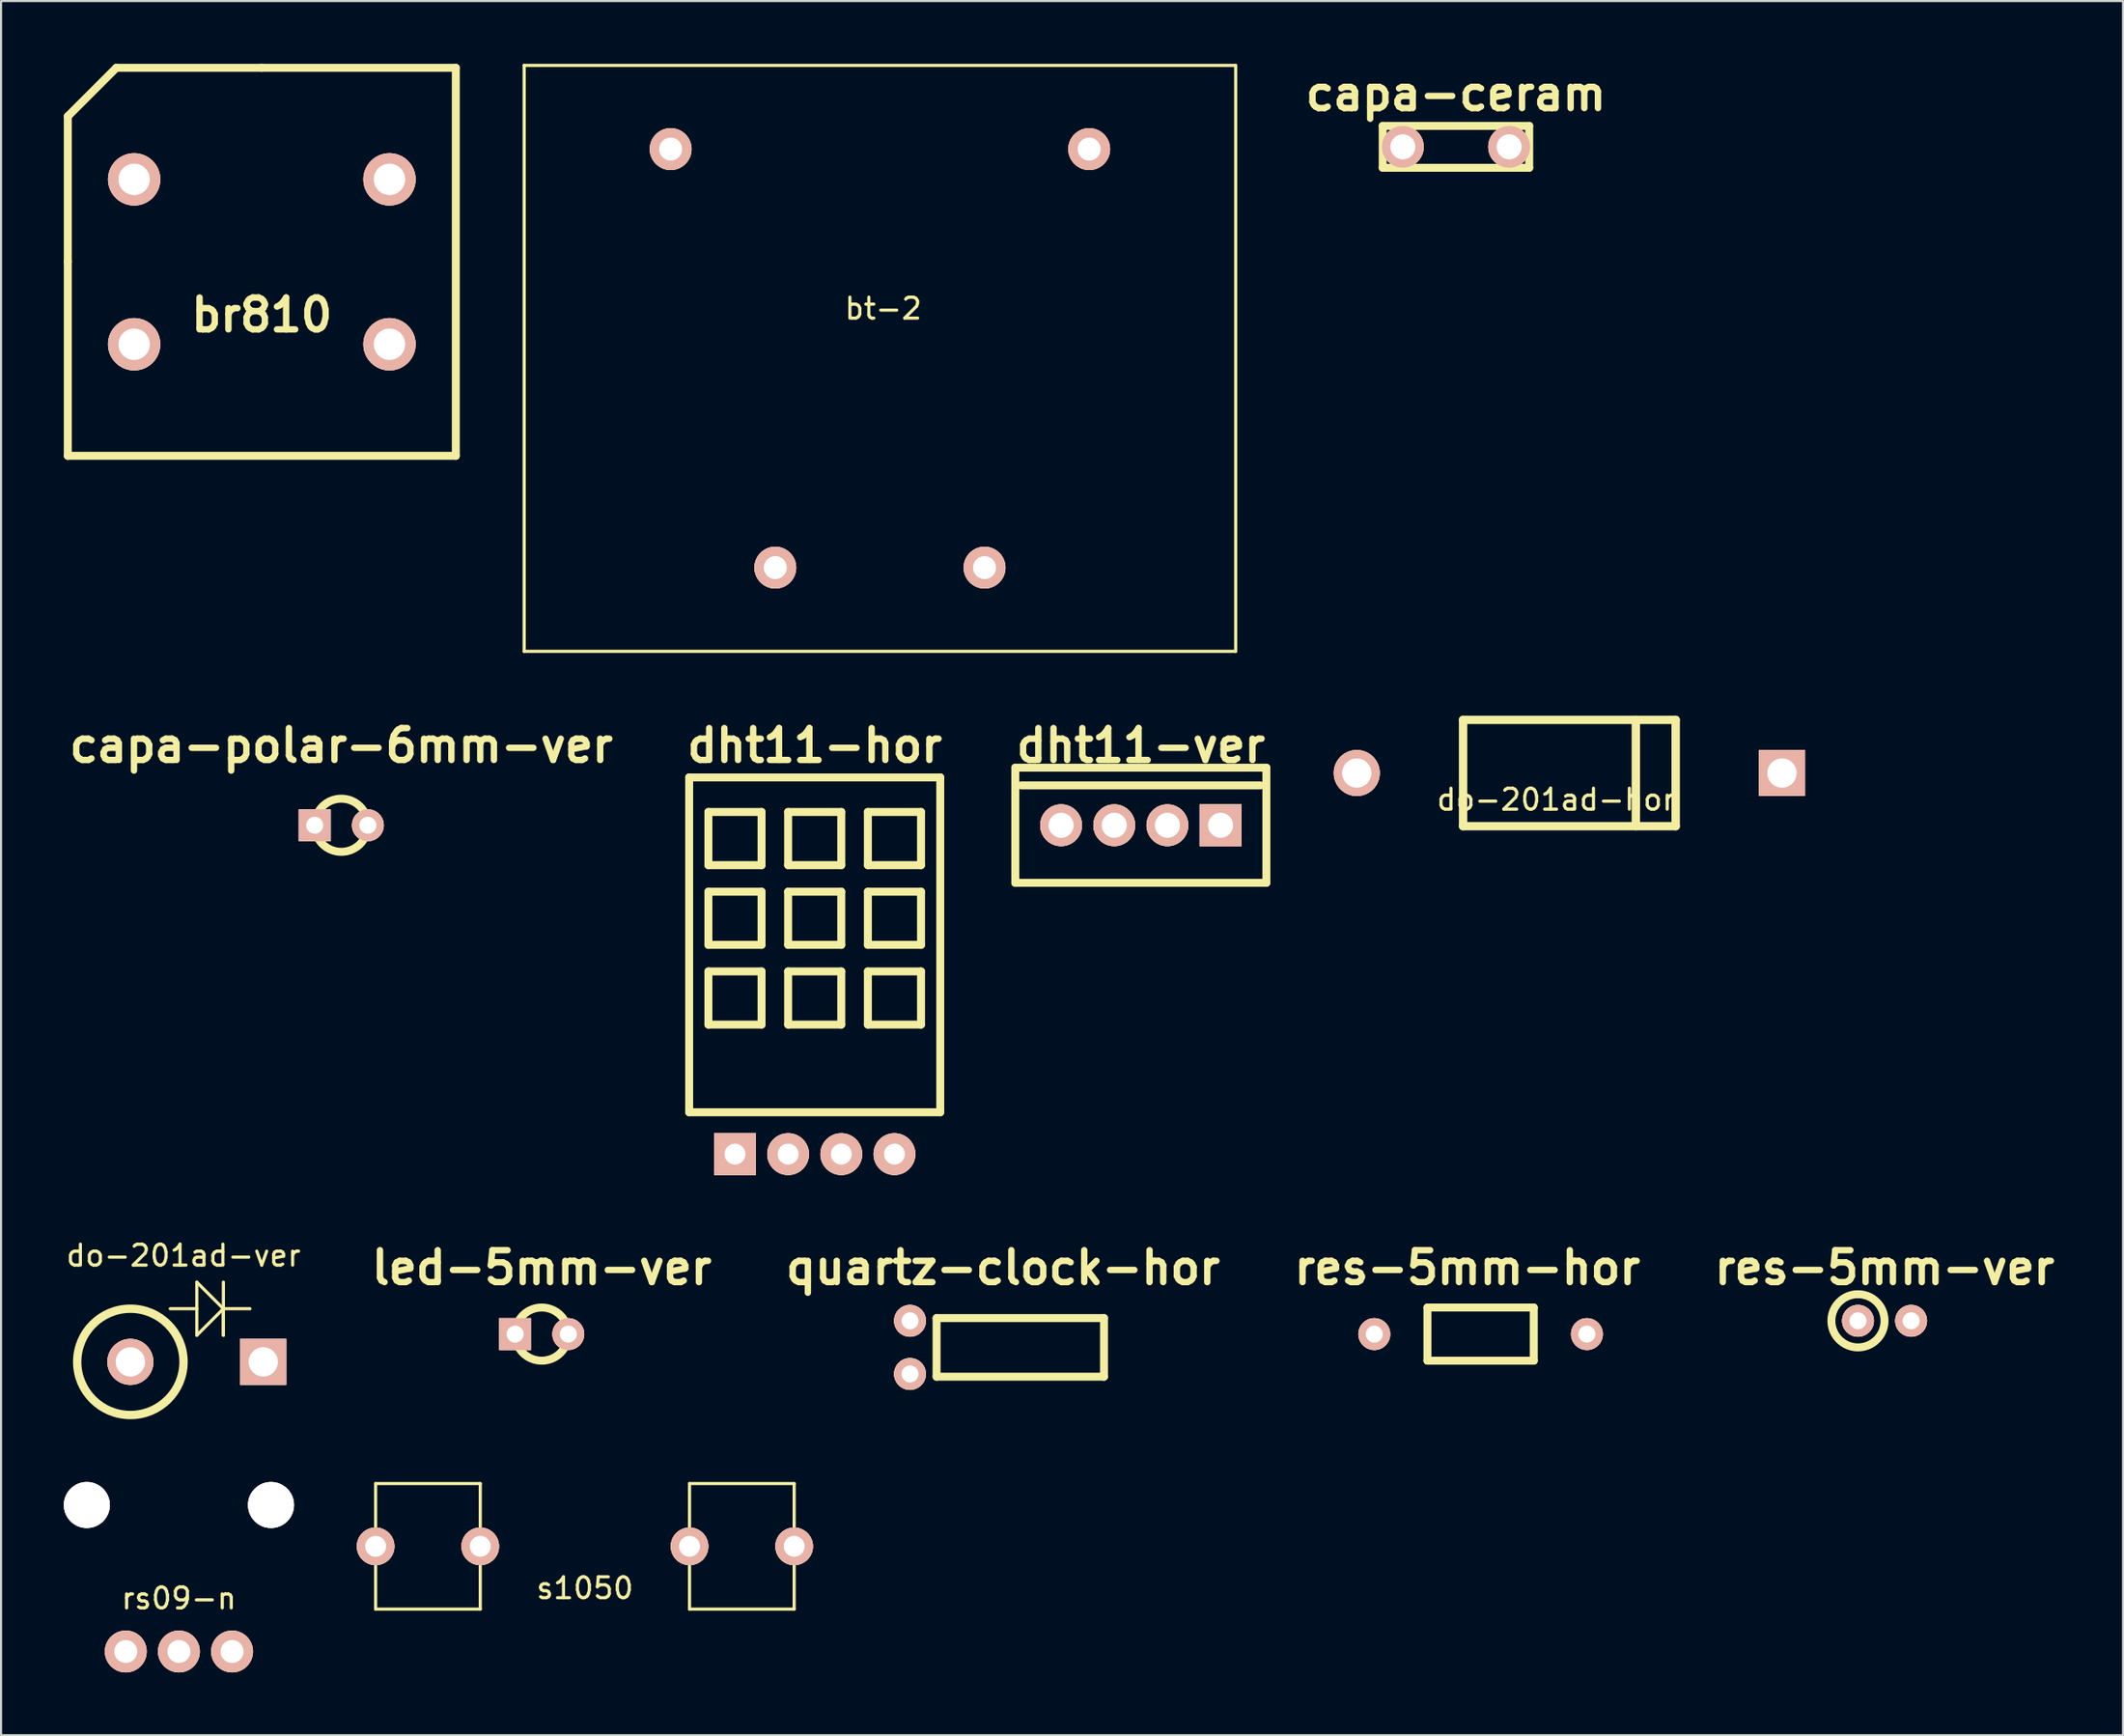
<source format=kicad_pcb>
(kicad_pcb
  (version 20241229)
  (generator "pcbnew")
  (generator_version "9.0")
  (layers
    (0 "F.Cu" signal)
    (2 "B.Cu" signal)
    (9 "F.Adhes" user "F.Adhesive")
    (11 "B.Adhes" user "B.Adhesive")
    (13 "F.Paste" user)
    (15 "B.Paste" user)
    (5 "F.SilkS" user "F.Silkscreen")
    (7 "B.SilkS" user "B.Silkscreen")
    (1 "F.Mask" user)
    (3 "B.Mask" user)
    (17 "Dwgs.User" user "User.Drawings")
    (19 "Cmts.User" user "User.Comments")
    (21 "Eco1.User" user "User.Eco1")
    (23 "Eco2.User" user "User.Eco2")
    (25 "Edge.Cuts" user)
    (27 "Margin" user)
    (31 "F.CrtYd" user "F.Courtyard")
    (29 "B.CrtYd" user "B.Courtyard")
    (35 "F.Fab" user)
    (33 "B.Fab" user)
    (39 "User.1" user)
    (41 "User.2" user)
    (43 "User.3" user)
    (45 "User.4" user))
  (footprint "capa-ceram"
    (layer "F.Cu")
    (at 63.986 3.966)
    (property "Reference" "capa-ceram" (at 2.54 -2.54 0) (layer "F.SilkS") (effects (font (size 1.524 1.524) (thickness 0.305))))
    (attr through_hole)
    (fp_line (start -0.96 -1.001) (end -0.96 1.001) (stroke (width 0.381) (type solid)) (layer "F.SilkS"))
    (fp_line (start -0.96 1.001) (end 6.04 1.001) (stroke (width 0.381) (type solid)) (layer "F.SilkS"))
    (fp_line (start 6.04 -1.001) (end -0.96 -1.001) (stroke (width 0.381) (type solid)) (layer "F.SilkS"))
    (fp_line (start 6.04 1.001) (end 6.04 -1.001) (stroke (width 0.381) (type solid)) (layer "F.SilkS"))
    (pad "1" thru_hole circle (at 0 0) (size 1.999 1.999) (drill 1.199) (layers "*.Cu" "*.SilkS" "*.Mask"))
    (pad "2" thru_hole circle (at 5.08 0) (size 1.999 1.999) (drill 1.199) (layers "*.Cu" "*.SilkS" "*.Mask")))
  (footprint "do-201ad-hor"
    (layer "F.Cu")
    (at 61.785 33.89)
    (property "Reference" "do-201ad-hor" (at 9.525 1.27 0) (layer "F.SilkS") (effects (font (size 1 1) (thickness 0.15))))
    (attr through_hole)
    (fp_line (start 5.08 -2.54) (end 15.24 -2.54) (stroke (width 0.4) (type solid)) (layer "F.SilkS"))
    (fp_line (start 5.08 2.54) (end 5.08 -2.54) (stroke (width 0.4) (type solid)) (layer "F.SilkS"))
    (fp_line (start 13.335 -2.54) (end 13.335 2.54) (stroke (width 0.4) (type solid)) (layer "F.SilkS"))
    (fp_line (start 15.24 -2.54) (end 15.24 2.54) (stroke (width 0.4) (type solid)) (layer "F.SilkS"))
    (fp_line (start 15.24 2.54) (end 5.08 2.54) (stroke (width 0.4) (type solid)) (layer "F.SilkS"))
    (pad "1" thru_hole circle (at 0 0) (size 2.2 2.2) (drill 1.4) (layers "*.Cu" "*.SilkS" "*.Mask"))
    (pad "2" thru_hole rect (at 20.32 0) (size 2.2 2.2) (drill 1.4) (layers "*.Cu" "*.SilkS" "*.Mask")))
  (footprint "led-5mm-ver"
    (layer "F.Cu")
    (at 21.567 60.702)
    (property "Reference" "led-5mm-ver" (at 1.27 -3.175 0) (layer "F.SilkS") (effects (font (size 1.524 1.524) (thickness 0.305))))
    (attr through_hole)
    (fp_circle (center 1.27 0) (end 2.54 0) (stroke (width 0.381) (type solid)) (fill no) (layer "F.SilkS"))
    (pad "1" thru_hole rect (at 0 0) (size 1.524 1.524) (drill 0.813) (layers "*.Cu" "*.SilkS" "*.Mask"))
    (pad "2" thru_hole circle (at 2.54 0) (size 1.524 1.524) (drill 0.813) (layers "*.Cu" "*.SilkS" "*.Mask")))
  (footprint "quartz-clock-hor"
    (layer "F.Cu")
    (at 40.435 60.067)
    (property "Reference" "quartz-clock-hor" (at 4.445 -2.54 0) (layer "F.SilkS") (effects (font (size 1.524 1.524) (thickness 0.305))))
    (attr through_hole)
    (fp_line (start 1.27 -0.13) (end 9.271 -0.13) (stroke (width 0.381) (type solid)) (layer "F.SilkS"))
    (fp_line (start 1.27 2.67) (end 1.27 -0.13) (stroke (width 0.381) (type solid)) (layer "F.SilkS"))
    (fp_line (start 9.271 -0.13) (end 9.271 2.67) (stroke (width 0.381) (type solid)) (layer "F.SilkS"))
    (fp_line (start 9.271 2.67) (end 1.27 2.67) (stroke (width 0.381) (type solid)) (layer "F.SilkS"))
    (pad "1" thru_hole circle (at 0 0) (size 1.524 1.524) (drill 0.813) (layers "*.Cu" "*.SilkS" "*.Mask"))
    (pad "2" thru_hole circle (at 0 2.54) (size 1.524 1.524) (drill 0.813) (layers "*.Cu" "*.SilkS" "*.Mask")))
  (footprint "dht11-hor"
    (layer "F.Cu")
    (at 35.882 42.101)
    (property "Reference" "dht11-hor" (at 0 -9.525 0) (layer "F.SilkS") (effects (font (size 1.524 1.524) (thickness 0.305))))
    (attr through_hole)
    (fp_line (start -5.999 -8.001) (end -5.999 8.001) (stroke (width 0.381) (type solid)) (layer "F.SilkS"))
    (fp_line (start -5.999 8.001) (end 5.999 8.001) (stroke (width 0.381) (type solid)) (layer "F.SilkS"))
    (fp_line (start -5.08 -6.35) (end -5.08 -3.81) (stroke (width 0.381) (type solid)) (layer "F.SilkS"))
    (fp_line (start -5.08 -3.81) (end -2.54 -3.81) (stroke (width 0.381) (type solid)) (layer "F.SilkS"))
    (fp_line (start -5.08 -2.54) (end -5.08 0) (stroke (width 0.381) (type solid)) (layer "F.SilkS"))
    (fp_line (start -5.08 0) (end -2.54 0) (stroke (width 0.381) (type solid)) (layer "F.SilkS"))
    (fp_line (start -5.08 1.27) (end -5.08 3.81) (stroke (width 0.381) (type solid)) (layer "F.SilkS"))
    (fp_line (start -5.08 3.81) (end -2.54 3.81) (stroke (width 0.381) (type solid)) (layer "F.SilkS"))
    (fp_line (start -2.54 -6.35) (end -5.08 -6.35) (stroke (width 0.381) (type solid)) (layer "F.SilkS"))
    (fp_line (start -2.54 -3.81) (end -2.54 -6.35) (stroke (width 0.381) (type solid)) (layer "F.SilkS"))
    (fp_line (start -2.54 -2.54) (end -5.08 -2.54) (stroke (width 0.381) (type solid)) (layer "F.SilkS"))
    (fp_line (start -2.54 0) (end -2.54 -2.54) (stroke (width 0.381) (type solid)) (layer "F.SilkS"))
    (fp_line (start -2.54 1.27) (end -5.08 1.27) (stroke (width 0.381) (type solid)) (layer "F.SilkS"))
    (fp_line (start -2.54 3.81) (end -2.54 1.27) (stroke (width 0.381) (type solid)) (layer "F.SilkS"))
    (fp_line (start -1.27 -6.35) (end 1.27 -6.35) (stroke (width 0.381) (type solid)) (layer "F.SilkS"))
    (fp_line (start -1.27 -3.81) (end -1.27 -6.35) (stroke (width 0.381) (type solid)) (layer "F.SilkS"))
    (fp_line (start -1.27 -2.54) (end 1.27 -2.54) (stroke (width 0.381) (type solid)) (layer "F.SilkS"))
    (fp_line (start -1.27 0) (end -1.27 -2.54) (stroke (width 0.381) (type solid)) (layer "F.SilkS"))
    (fp_line (start -1.27 1.27) (end 1.27 1.27) (stroke (width 0.381) (type solid)) (layer "F.SilkS"))
    (fp_line (start -1.27 3.81) (end -1.27 1.27) (stroke (width 0.381) (type solid)) (layer "F.SilkS"))
    (fp_line (start 1.27 -6.35) (end 1.27 -3.81) (stroke (width 0.381) (type solid)) (layer "F.SilkS"))
    (fp_line (start 1.27 -3.81) (end -1.27 -3.81) (stroke (width 0.381) (type solid)) (layer "F.SilkS"))
    (fp_line (start 1.27 -2.54) (end 1.27 0) (stroke (width 0.381) (type solid)) (layer "F.SilkS"))
    (fp_line (start 1.27 0) (end -1.27 0) (stroke (width 0.381) (type solid)) (layer "F.SilkS"))
    (fp_line (start 1.27 1.27) (end 1.27 3.81) (stroke (width 0.381) (type solid)) (layer "F.SilkS"))
    (fp_line (start 1.27 3.81) (end -1.27 3.81) (stroke (width 0.381) (type solid)) (layer "F.SilkS"))
    (fp_line (start 2.54 -6.35) (end 2.54 -3.81) (stroke (width 0.381) (type solid)) (layer "F.SilkS"))
    (fp_line (start 2.54 -6.35) (end 5.08 -6.35) (stroke (width 0.381) (type solid)) (layer "F.SilkS"))
    (fp_line (start 2.54 -3.81) (end 5.08 -3.81) (stroke (width 0.381) (type solid)) (layer "F.SilkS"))
    (fp_line (start 2.54 -2.54) (end 5.08 -2.54) (stroke (width 0.381) (type solid)) (layer "F.SilkS"))
    (fp_line (start 2.54 0) (end 2.54 -2.54) (stroke (width 0.381) (type solid)) (layer "F.SilkS"))
    (fp_line (start 2.54 1.27) (end 5.08 1.27) (stroke (width 0.381) (type solid)) (layer "F.SilkS"))
    (fp_line (start 2.54 3.81) (end 2.54 1.27) (stroke (width 0.381) (type solid)) (layer "F.SilkS"))
    (fp_line (start 5.08 -6.35) (end 5.08 -3.81) (stroke (width 0.381) (type solid)) (layer "F.SilkS"))
    (fp_line (start 5.08 -2.54) (end 5.08 0) (stroke (width 0.381) (type solid)) (layer "F.SilkS"))
    (fp_line (start 5.08 0) (end 2.54 0) (stroke (width 0.381) (type solid)) (layer "F.SilkS"))
    (fp_line (start 5.08 1.27) (end 5.08 3.81) (stroke (width 0.381) (type solid)) (layer "F.SilkS"))
    (fp_line (start 5.08 3.81) (end 2.54 3.81) (stroke (width 0.381) (type solid)) (layer "F.SilkS"))
    (fp_line (start 5.999 -8.001) (end -5.999 -8.001) (stroke (width 0.381) (type solid)) (layer "F.SilkS"))
    (fp_line (start 5.999 8.001) (end 5.999 -8.001) (stroke (width 0.381) (type solid)) (layer "F.SilkS"))
    (pad "1" thru_hole circle (at 3.81 10) (size 1.999 1.999) (drill 1.001) (layers "*.Cu" "*.SilkS" "*.Mask"))
    (pad "2" thru_hole circle (at 1.27 10) (size 1.999 1.999) (drill 1.001) (layers "*.Cu" "*.SilkS" "*.Mask"))
    (pad "3" thru_hole circle (at -1.27 10) (size 1.999 1.999) (drill 1.001) (layers "*.Cu" "*.SilkS" "*.Mask"))
    (pad "4" thru_hole rect (at -3.81 10) (size 1.999 1.999) (drill 1.001) (layers "*.Cu" "*.SilkS" "*.Mask")))
  (footprint "s1050"
    (layer "F.Cu")
    (at 24.9 70.844)
    (property "Reference" "s1050" (at 0 2 0) (layer "F.SilkS") (effects (font (size 1 1) (thickness 0.15))))
    (attr through_hole)
    (fp_line (start -10 -3) (end -5 -3) (stroke (width 0.15) (type solid)) (layer "F.SilkS"))
    (fp_line (start -10 3) (end -10 -3) (stroke (width 0.15) (type solid)) (layer "F.SilkS"))
    (fp_line (start -5 -3) (end -5 3) (stroke (width 0.15) (type solid)) (layer "F.SilkS"))
    (fp_line (start -5 3) (end -10 3) (stroke (width 0.15) (type solid)) (layer "F.SilkS"))
    (fp_line (start 5 -3) (end 10 -3) (stroke (width 0.15) (type solid)) (layer "F.SilkS"))
    (fp_line (start 5 3) (end 5 -3) (stroke (width 0.15) (type solid)) (layer "F.SilkS"))
    (fp_line (start 10 -3) (end 10 3) (stroke (width 0.15) (type solid)) (layer "F.SilkS"))
    (fp_line (start 10 3) (end 5 3) (stroke (width 0.15) (type solid)) (layer "F.SilkS"))
    (pad "1" thru_hole circle (at -10 0) (size 1.8 1.8) (drill 1) (layers "*.Cu" "*.SilkS" "*.Mask"))
    (pad "1" thru_hole circle (at -5 0) (size 1.8 1.8) (drill 1) (layers "*.Cu" "*.SilkS" "*.Mask"))
    (pad "2" thru_hole circle (at 5 0) (size 1.8 1.8) (drill 1) (layers "*.Cu" "*.SilkS" "*.Mask"))
    (pad "2" thru_hole circle (at 10 0) (size 1.8 1.8) (drill 1) (layers "*.Cu" "*.SilkS" "*.Mask")))
  (footprint "capa-polar-6mm-ver"
    (layer "F.Cu")
    (at 11.989 36.386)
    (property "Reference" "capa-polar-6mm-ver" (at 1.27 -3.81 0) (layer "F.SilkS") (effects (font (size 1.524 1.524) (thickness 0.305))))
    (attr through_hole)
    (fp_circle (center 1.27 0) (end 2.54 0) (stroke (width 0.381) (type solid)) (fill no) (layer "F.SilkS"))
    (pad "1" thru_hole rect (at 0 0) (size 1.524 1.524) (drill 0.813) (layers "*.Cu" "*.SilkS" "*.Mask"))
    (pad "2" thru_hole circle (at 2.54 0) (size 1.524 1.524) (drill 0.813) (layers "*.Cu" "*.SilkS" "*.Mask")))
  (footprint "rs09-n"
    (layer "F.Cu")
    (at 2.96 75.869)
    (property "Reference" "rs09-n" (at 2.54 -2.54 0) (layer "F.SilkS") (effects (font (size 1 1) (thickness 0.15))))
    (attr through_hole)
    (pad "" np_thru_hole circle (at -1.86 -7) (size 2.2 2.2) (drill 2.2) (layers "*.Cu" "*.SilkS" "*.Mask"))
    (pad "" np_thru_hole circle (at 6.94 -7) (size 2.2 2.2) (drill 2.2) (layers "*.Cu" "*.SilkS" "*.Mask"))
    (pad "1" thru_hole circle (at 0 0) (size 2 2) (drill 1.1) (layers "*.Cu" "*.SilkS" "*.Mask"))
    (pad "2" thru_hole circle (at 2.54 0) (size 2 2) (drill 1.1) (layers "*.Cu" "*.SilkS" "*.Mask"))
    (pad "3" thru_hole circle (at 5.08 0) (size 2 2) (drill 1.1) (layers "*.Cu" "*.SilkS" "*.Mask")))
  (footprint "dht11-ver"
    (layer "F.Cu")
    (at 47.656 36.386)
    (property "Reference" "dht11-ver" (at 3.81 -3.81 0) (layer "F.SilkS") (effects (font (size 1.524 1.524) (thickness 0.305))))
    (attr through_hole)
    (fp_line (start -2.189 -2.751) (end -2.189 2.751) (stroke (width 0.381) (type solid)) (layer "F.SilkS"))
    (fp_line (start -2.189 2.751) (end 9.809 2.751) (stroke (width 0.381) (type solid)) (layer "F.SilkS"))
    (fp_line (start -1.905 -1.905) (end 9.525 -1.905) (stroke (width 0.381) (type solid)) (layer "F.SilkS"))
    (fp_line (start 9.809 -2.751) (end -2.189 -2.751) (stroke (width 0.381) (type solid)) (layer "F.SilkS"))
    (fp_line (start 9.809 2.751) (end 9.809 -2.751) (stroke (width 0.381) (type solid)) (layer "F.SilkS"))
    (pad "1" thru_hole circle (at 0 0) (size 2 2) (drill 1.2) (layers "*.Cu" "*.SilkS" "*.Mask"))
    (pad "2" thru_hole circle (at 2.54 0) (size 2 2) (drill 1.2) (layers "*.Cu" "*.SilkS" "*.Mask"))
    (pad "3" thru_hole circle (at 5.08 0) (size 2 2) (drill 1.2) (layers "*.Cu" "*.SilkS" "*.Mask"))
    (pad "4" thru_hole rect (at 7.62 0) (size 2 2) (drill 1.2) (layers "*.Cu" "*.SilkS" "*.Mask")))
  (footprint "br810"
    (layer "F.Cu")
    (at 9.461 9.461)
    (property "Reference" "br810" (at 0 2.54 0) (layer "F.SilkS") (effects (font (size 1.524 1.524) (thickness 0.305))))
    (attr through_hole)
    (fp_line (start -9.271 -6.952) (end -6.952 -9.271) (stroke (width 0.381) (type solid)) (layer "F.SilkS"))
    (fp_line (start -9.271 0) (end -9.271 -6.952) (stroke (width 0.381) (type solid)) (layer "F.SilkS"))
    (fp_line (start -9.271 9.271) (end -9.271 0) (stroke (width 0.381) (type solid)) (layer "F.SilkS"))
    (fp_line (start -9.271 9.271) (end 9.271 9.271) (stroke (width 0.381) (type solid)) (layer "F.SilkS"))
    (fp_line (start -6.952 -9.271) (end 0 -9.271) (stroke (width 0.381) (type solid)) (layer "F.SilkS"))
    (fp_line (start 9.271 -9.271) (end 0 -9.271) (stroke (width 0.381) (type solid)) (layer "F.SilkS"))
    (fp_line (start 9.271 9.271) (end 9.271 -9.271) (stroke (width 0.381) (type solid)) (layer "F.SilkS"))
    (pad "1" thru_hole circle (at -6.101 -3.94) (size 2.499 2.499) (drill 1.501) (layers "*.Cu" "*.SilkS" "*.Mask"))
    (pad "2" thru_hole circle (at -6.101 3.94) (size 2.499 2.499) (drill 1.501) (layers "*.Cu" "*.SilkS" "*.Mask"))
    (pad "3" thru_hole circle (at 6.101 3.94) (size 2.499 2.499) (drill 1.501) (layers "*.Cu" "*.SilkS" "*.Mask"))
    (pad "4" thru_hole circle (at 6.101 -3.94) (size 2.499 2.499) (drill 1.501) (layers "*.Cu" "*.SilkS" "*.Mask")))
  (footprint "do-201ad-ver"
    (layer "F.Cu")
    (at 3.18 62.029)
    (property "Reference" "do-201ad-ver" (at 2.54 -5.08 0) (layer "F.SilkS") (effects (font (size 1 1) (thickness 0.15))))
    (attr through_hole)
    (fp_line (start 3.175 -3.81) (end 3.175 -1.27) (stroke (width 0.15) (type solid)) (layer "F.SilkS"))
    (fp_line (start 3.175 -2.54) (end 1.905 -2.54) (stroke (width 0.15) (type solid)) (layer "F.SilkS"))
    (fp_line (start 3.175 -1.27) (end 4.445 -2.54) (stroke (width 0.15) (type solid)) (layer "F.SilkS"))
    (fp_line (start 4.445 -3.81) (end 4.445 -1.27) (stroke (width 0.15) (type solid)) (layer "F.SilkS"))
    (fp_line (start 4.445 -2.54) (end 3.175 -3.81) (stroke (width 0.15) (type solid)) (layer "F.SilkS"))
    (fp_line (start 4.445 -2.54) (end 5.715 -2.54) (stroke (width 0.15) (type solid)) (layer "F.SilkS"))
    (fp_line (start 4.445 -1.27) (end 4.445 -2.54) (stroke (width 0.15) (type solid)) (layer "F.SilkS"))
    (fp_circle (center 0 0) (end 2.54 0) (stroke (width 0.4) (type solid)) (fill no) (layer "F.SilkS"))
    (pad "1" thru_hole circle (at 0 0) (size 2.2 2.2) (drill 1.4) (layers "*.Cu" "*.SilkS" "*.Mask"))
    (pad "2" thru_hole rect (at 6.35 0) (size 2.2 2.2) (drill 1.4) (layers "*.Cu" "*.SilkS" "*.Mask")))
  (footprint "bt-2"
    (layer "F.Cu")
    (at 28.998 4.075)
    (property "Reference" "bt-2" (at 10.16 7.62 0) (layer "F.SilkS") (effects (font (size 1 1) (thickness 0.15))))
    (attr through_hole)
    (fp_line (start -7 -4) (end 27 -4) (stroke (width 0.15) (type solid)) (layer "F.SilkS"))
    (fp_line (start -7 24) (end -7 -4) (stroke (width 0.15) (type solid)) (layer "F.SilkS"))
    (fp_line (start 27 -4) (end 27 24) (stroke (width 0.15) (type solid)) (layer "F.SilkS"))
    (fp_line (start 27 24) (end -7 24) (stroke (width 0.15) (type solid)) (layer "F.SilkS"))
    (pad "1" thru_hole circle (at 0 0) (size 2 2) (drill 1.1) (layers "*.Cu" "*.SilkS" "*.Mask"))
    (pad "2" thru_hole circle (at 20 0) (size 2 2) (drill 1.1) (layers "*.Cu" "*.SilkS" "*.Mask"))
    (pad "3" thru_hole circle (at 5 20) (size 2 2) (drill 1.1) (layers "*.Cu" "*.SilkS" "*.Mask"))
    (pad "4" thru_hole circle (at 15 20) (size 2 2) (drill 1.1) (layers "*.Cu" "*.SilkS" "*.Mask")))
  (footprint "res-5mm-ver"
    (layer "F.Cu")
    (at 85.736 60.067)
    (property "Reference" "res-5mm-ver" (at 1.27 -2.54 0) (layer "F.SilkS") (effects (font (size 1.524 1.524) (thickness 0.305))))
    (attr through_hole)
    (fp_circle (center 0 0) (end 1.27 0) (stroke (width 0.381) (type solid)) (fill no) (layer "F.SilkS"))
    (pad "1" thru_hole circle (at 0 0) (size 1.524 1.524) (drill 0.813) (layers "*.Cu" "*.SilkS" "*.Mask"))
    (pad "2" thru_hole circle (at 2.54 0) (size 1.524 1.524) (drill 0.813) (layers "*.Cu" "*.SilkS" "*.Mask")))
  (footprint "res-5mm-hor"
    (layer "F.Cu")
    (at 62.623 60.702)
    (property "Reference" "res-5mm-hor" (at 4.445 -3.175 0) (layer "F.SilkS") (effects (font (size 1.524 1.524) (thickness 0.305))))
    (attr through_hole)
    (fp_line (start 2.54 -1.27) (end 7.62 -1.27) (stroke (width 0.381) (type solid)) (layer "F.SilkS"))
    (fp_line (start 2.54 1.27) (end 2.54 -1.27) (stroke (width 0.381) (type solid)) (layer "F.SilkS"))
    (fp_line (start 7.62 -1.27) (end 7.62 1.27) (stroke (width 0.381) (type solid)) (layer "F.SilkS"))
    (fp_line (start 7.62 1.27) (end 2.54 1.27) (stroke (width 0.381) (type solid)) (layer "F.SilkS"))
    (pad "1" thru_hole circle (at 0 0) (size 1.524 1.524) (drill 0.813) (layers "*.Cu" "*.SilkS" "*.Mask"))
    (pad "2" thru_hole circle (at 10.16 0) (size 1.524 1.524) (drill 0.813) (layers "*.Cu" "*.SilkS" "*.Mask")))
  (gr_rect
    (start -3 -3)
    (end 98.402 79.869)
    (stroke (width 0.1) (type default))
    (fill no)
    (layer "Edge.Cuts")))
</source>
